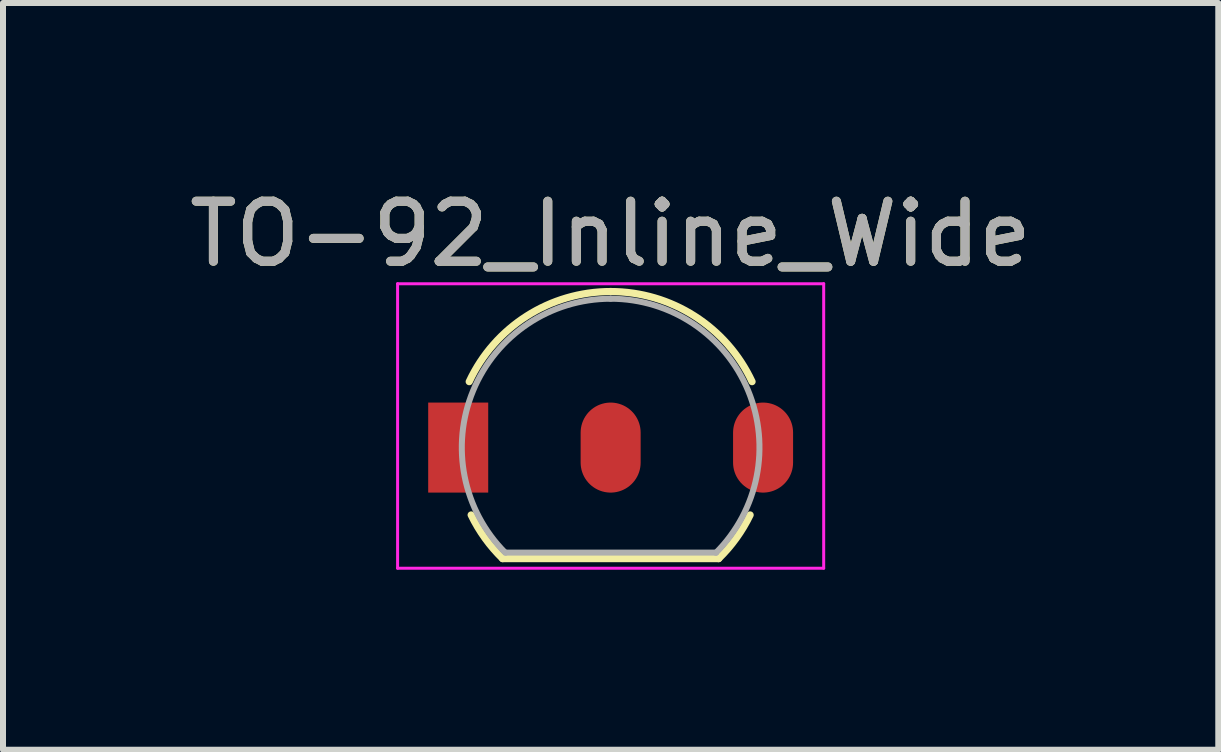
<source format=kicad_pcb>
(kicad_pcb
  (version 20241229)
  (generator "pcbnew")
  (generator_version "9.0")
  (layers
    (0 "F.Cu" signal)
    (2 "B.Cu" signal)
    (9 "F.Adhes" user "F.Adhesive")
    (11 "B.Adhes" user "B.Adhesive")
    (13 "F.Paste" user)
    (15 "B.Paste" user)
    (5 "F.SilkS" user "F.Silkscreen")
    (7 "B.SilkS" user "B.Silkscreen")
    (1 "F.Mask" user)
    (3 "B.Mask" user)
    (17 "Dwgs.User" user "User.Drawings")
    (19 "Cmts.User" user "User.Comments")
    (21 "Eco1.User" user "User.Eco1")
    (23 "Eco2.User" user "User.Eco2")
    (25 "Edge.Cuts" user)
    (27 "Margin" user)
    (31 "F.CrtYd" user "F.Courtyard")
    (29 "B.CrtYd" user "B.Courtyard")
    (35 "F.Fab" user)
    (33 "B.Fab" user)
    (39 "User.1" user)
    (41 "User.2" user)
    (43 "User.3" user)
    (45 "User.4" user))
  (footprint "TO-92_Inline_Wide"
    (layer "F.Cu")
    (at 7.125 4.408)
    (property "Reference" "TO-92_Inline_Wide" (at 0 -3.56 180) (layer "F.SilkS") (effects (font (size 1 1) (thickness 0.15))))
    (attr through_hole)
    (fp_line (start -1.8 1.85) (end 1.8 1.85) (stroke (width 0.12) (type solid)) (layer "F.SilkS"))
    (fp_arc (start -2.3564 -1.098807) (mid -1.396979 -2.192817) (end 0 -2.6) (stroke (width 0.12) (type solid)) (layer "F.SilkS"))
    (fp_arc (start -1.8 1.85) (mid -2.093903 1.509328) (end -2.324184 1.122795) (stroke (width 0.12) (type solid)) (layer "F.SilkS"))
    (fp_arc (start 0 -2.6) (mid 1.396979 -2.192818) (end 2.3564 -1.098807) (stroke (width 0.12) (type solid)) (layer "F.SilkS"))
    (fp_arc (start 2.324184 1.122795) (mid 2.093903 1.509328) (end 1.8 1.85) (stroke (width 0.12) (type solid)) (layer "F.SilkS"))
    (fp_line (start -3.55 -2.73) (end -3.55 2.01) (stroke (width 0.05) (type solid)) (layer "F.CrtYd"))
    (fp_line (start -3.55 -2.73) (end 3.55 -2.73) (stroke (width 0.05) (type solid)) (layer "F.CrtYd"))
    (fp_line (start 3.55 2.01) (end -3.55 2.01) (stroke (width 0.05) (type solid)) (layer "F.CrtYd"))
    (fp_line (start 3.55 2.01) (end 3.55 -2.73) (stroke (width 0.05) (type solid)) (layer "F.CrtYd"))
    (fp_line (start -1.74 1.75) (end 1.76 1.75) (stroke (width 0.1) (type solid)) (layer "F.Fab"))
    (fp_arc (start -1.753625 1.753625) (mid -2.291221 -0.949055) (end 0 -2.48) (stroke (width 0.1) (type solid)) (layer "F.Fab"))
    (fp_arc (start 0 -2.48) (mid 2.291221 -0.949055) (end 1.753625 1.753625) (stroke (width 0.1) (type solid)) (layer "F.Fab"))
    (fp_text user "${REFERENCE}" (at 0 -3.56 180) (layer "F.Fab") (effects (font (size 1 1) (thickness 0.15))))
    (pad "1" smd rect (at -2.54 0) (size 1 1.5) (layers "F.Cu" "F.Mask" "F.Paste"))
    (pad "2" smd oval (at 0 0) (size 1 1.5) (layers "F.Cu" "F.Mask" "F.Paste"))
    (pad "3" smd oval (at 2.54 0) (size 1 1.5) (layers "F.Cu" "F.Mask" "F.Paste")))
  (gr_rect
    (start -3 -3)
    (end 17.25 9.443)
    (stroke (width 0.1) (type default))
    (fill no)
    (layer "Edge.Cuts")))
</source>
